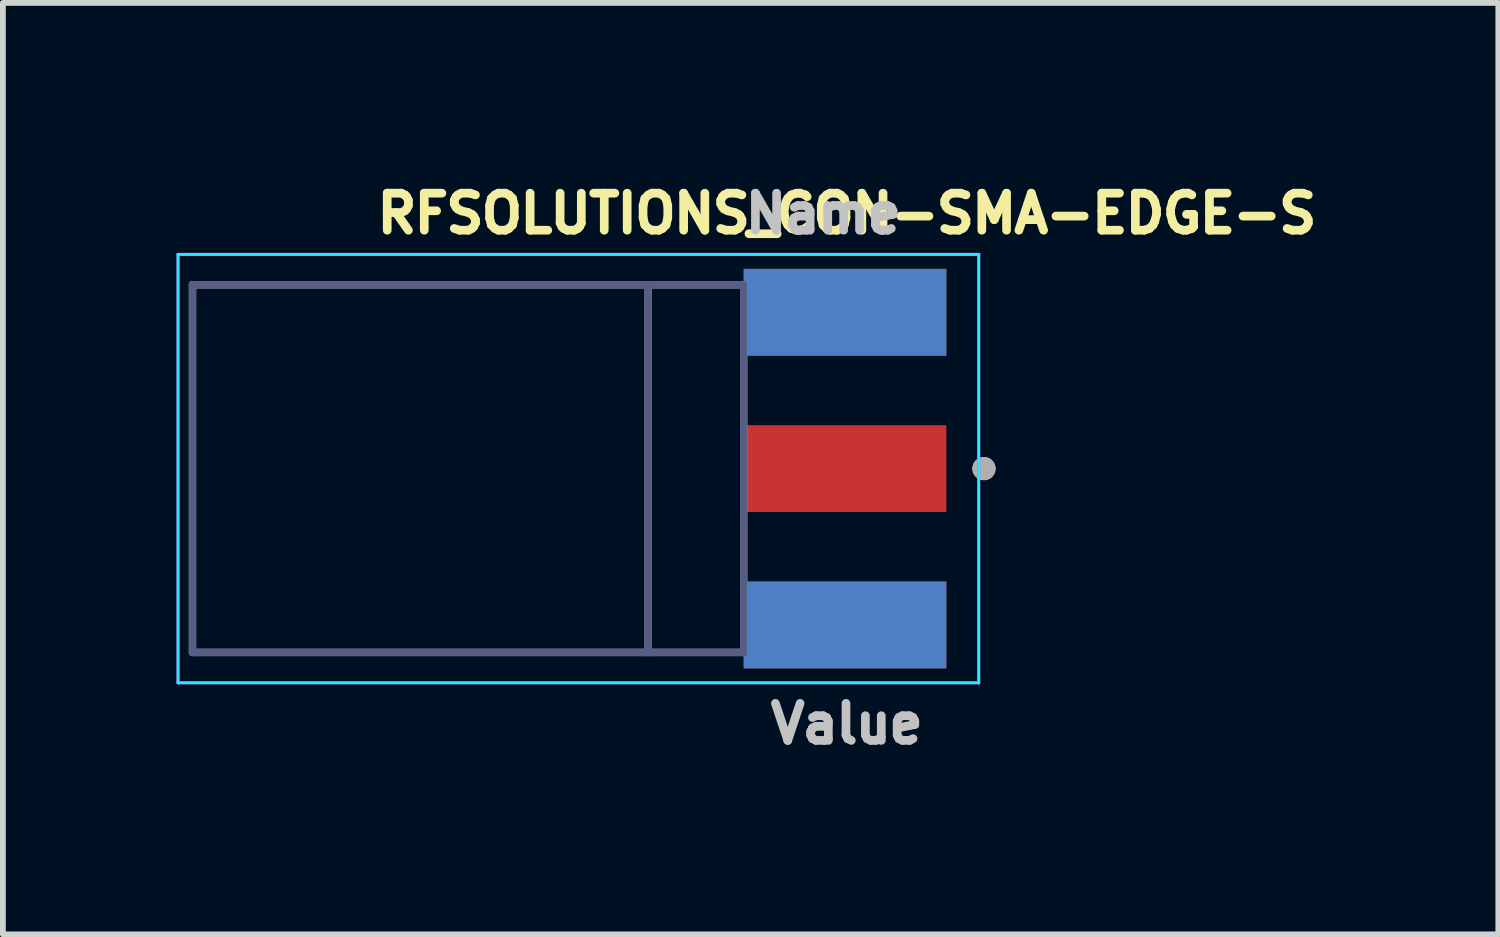
<source format=kicad_pcb>
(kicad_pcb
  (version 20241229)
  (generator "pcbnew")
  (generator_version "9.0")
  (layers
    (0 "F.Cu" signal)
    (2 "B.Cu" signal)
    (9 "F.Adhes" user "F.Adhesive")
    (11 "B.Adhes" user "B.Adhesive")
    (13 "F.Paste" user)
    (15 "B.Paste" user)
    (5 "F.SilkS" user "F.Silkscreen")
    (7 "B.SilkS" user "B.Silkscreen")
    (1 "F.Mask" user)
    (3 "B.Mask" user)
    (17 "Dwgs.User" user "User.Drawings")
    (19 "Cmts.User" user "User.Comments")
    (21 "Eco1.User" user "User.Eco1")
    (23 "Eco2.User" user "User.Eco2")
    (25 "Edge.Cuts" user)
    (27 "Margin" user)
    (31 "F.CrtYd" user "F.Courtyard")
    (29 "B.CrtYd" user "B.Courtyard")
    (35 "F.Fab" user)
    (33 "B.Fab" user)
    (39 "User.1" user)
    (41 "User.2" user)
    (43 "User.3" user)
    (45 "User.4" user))
  (footprint "RFSOLUTIONS_CON-SMA-EDGE-S"
    (layer "F.Cu")
    (at 11.545 5.044)
    (property "Reference" "RFSOLUTIONS_CON-SMA-EDGE-S" (at 0.032 -4.406 0) (layer "F.SilkS") (effects (font (size 0.64 0.64) (thickness 0.15))))
    (attr smd)
    (fp_circle (center 2.4 0) (end 2.5 0) (stroke (width 0.2) (type solid)) (fill no) (layer "F.SilkS"))
    (fp_line (start -11.52 -3.7) (end -11.52 3.7) (stroke (width 0.05) (type solid)) (layer "B.CrtYd"))
    (fp_line (start -11.52 3.7) (end 2.31 3.7) (stroke (width 0.05) (type solid)) (layer "B.CrtYd"))
    (fp_line (start 2.31 -3.7) (end -11.52 -3.7) (stroke (width 0.05) (type solid)) (layer "B.CrtYd"))
    (fp_line (start 2.31 3.7) (end 2.31 -3.7) (stroke (width 0.05) (type solid)) (layer "B.CrtYd"))
    (fp_line (start -11.52 -3.7) (end 2.31 -3.7) (stroke (width 0.05) (type solid)) (layer "F.CrtYd"))
    (fp_line (start -11.52 3.7) (end -11.52 -3.7) (stroke (width 0.05) (type solid)) (layer "F.CrtYd"))
    (fp_line (start 2.31 -3.7) (end 2.31 3.7) (stroke (width 0.05) (type solid)) (layer "F.CrtYd"))
    (fp_line (start 2.31 3.7) (end -11.52 3.7) (stroke (width 0.05) (type solid)) (layer "F.CrtYd"))
    (fp_line (start -11.27 -3.175) (end -3.4 -3.175) (stroke (width 0.127) (type solid)) (layer "B.Fab"))
    (fp_line (start -11.27 3.175) (end -11.27 -3.175) (stroke (width 0.127) (type solid)) (layer "B.Fab"))
    (fp_line (start -3.4 -3.175) (end -3.4 3.175) (stroke (width 0.127) (type solid)) (layer "B.Fab"))
    (fp_line (start -3.4 3.175) (end -11.27 3.175) (stroke (width 0.127) (type solid)) (layer "B.Fab"))
    (fp_line (start -3.4 3.175) (end -1.75 3.175) (stroke (width 0.127) (type solid)) (layer "B.Fab"))
    (fp_line (start -1.75 -3.175) (end -3.4 -3.175) (stroke (width 0.127) (type solid)) (layer "B.Fab"))
    (fp_line (start -1.75 3.175) (end -1.75 -3.175) (stroke (width 0.127) (type solid)) (layer "B.Fab"))
    (fp_line (start -11.27 -3.175) (end -11.27 3.175) (stroke (width 0.127) (type solid)) (layer "F.Fab"))
    (fp_line (start -11.27 3.175) (end -3.4 3.175) (stroke (width 0.127) (type solid)) (layer "F.Fab"))
    (fp_line (start -3.4 -3.175) (end -11.27 -3.175) (stroke (width 0.127) (type solid)) (layer "F.Fab"))
    (fp_line (start -3.4 -3.175) (end -1.75 -3.175) (stroke (width 0.127) (type solid)) (layer "F.Fab"))
    (fp_line (start -3.4 3.175) (end -3.4 -3.175) (stroke (width 0.127) (type solid)) (layer "F.Fab"))
    (fp_line (start -1.75 -3.175) (end -1.75 3.175) (stroke (width 0.127) (type solid)) (layer "F.Fab"))
    (fp_line (start -1.75 3.175) (end -3.4 3.175) (stroke (width 0.127) (type solid)) (layer "F.Fab"))
    (fp_circle (center 2.4 0) (end 2.5 0) (stroke (width 0.2) (type solid)) (fill no) (layer "F.Fab"))
    (fp_text user "Name" (at -0.374 -4.406 0) (layer "Dwgs.User") (effects (font (size 0.64 0.64) (thickness 0.15))))
    (fp_text user "Value" (at 0.032 4.406 0) (layer "Dwgs.User") (effects (font (size 0.64 0.64) (thickness 0.15))))
    (pad "1" smd rect (at 0 0) (size 3.5 1.5) (layers "F.Cu" "F.Mask" "F.Paste"))
    (pad "G1" smd rect (at 0 -2.7) (size 3.5 1.5) (layers "F.Cu" "F.Mask" "F.Paste"))
    (pad "G2" smd rect (at 0 2.7) (size 3.5 1.5) (layers "F.Cu" "F.Mask" "F.Paste"))
    (pad "G3" smd rect (at 0 -2.7) (size 3.5 1.5) (layers "B.Cu" "B.Mask" "B.Paste"))
    (pad "G4" smd rect (at 0 2.7) (size 3.5 1.5) (layers "B.Cu" "B.Mask" "B.Paste")))
  (gr_rect
    (start -3 -3)
    (end 22.829 13.088)
    (stroke (width 0.1) (type default))
    (fill no)
    (layer "Edge.Cuts")))
</source>
